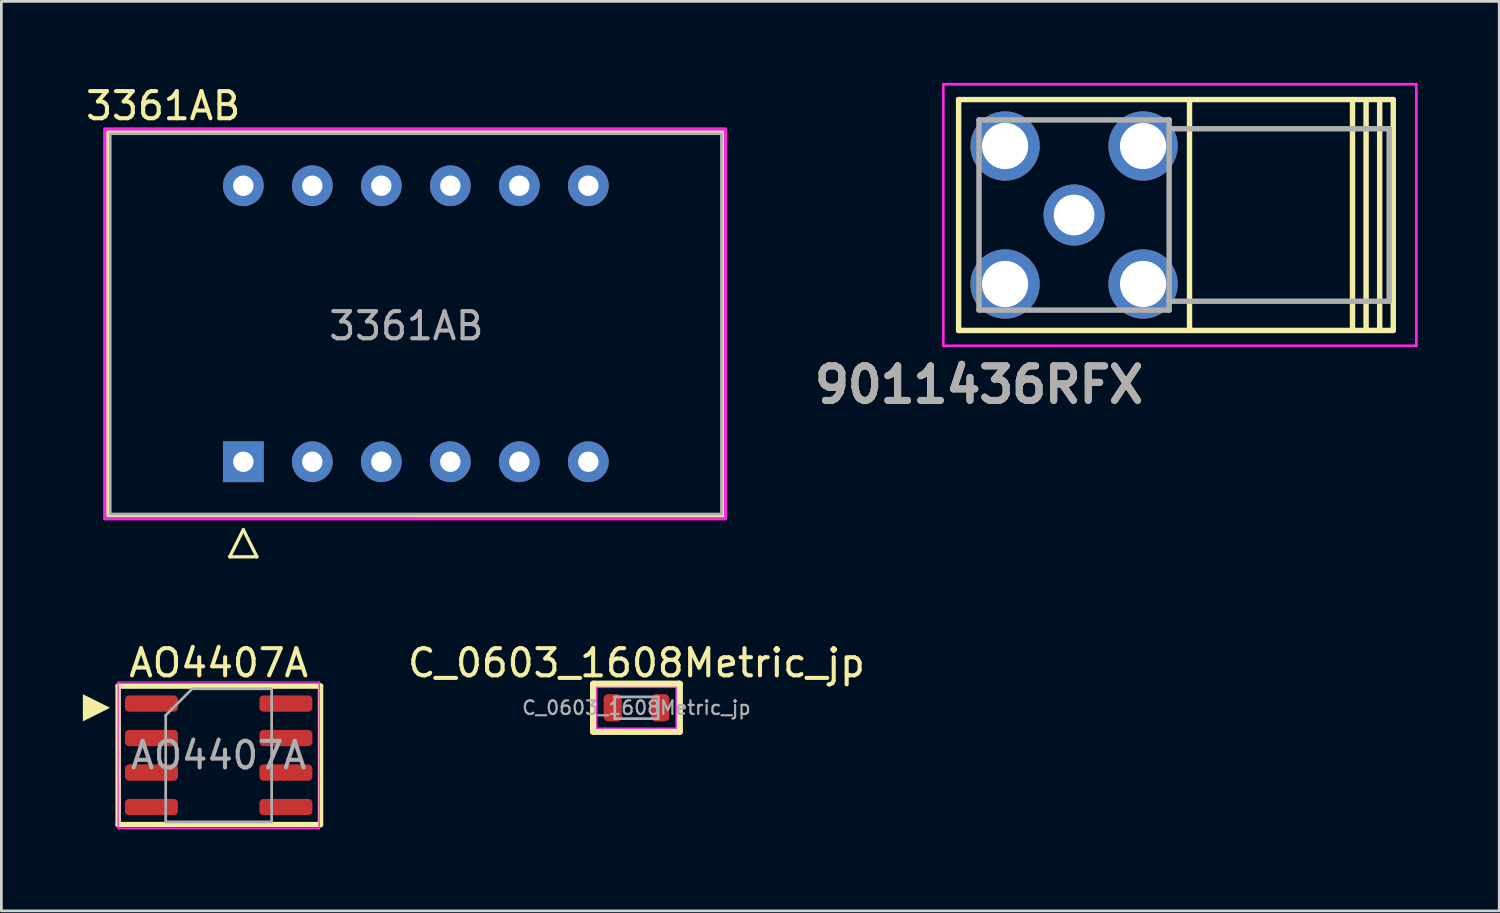
<source format=kicad_pcb>
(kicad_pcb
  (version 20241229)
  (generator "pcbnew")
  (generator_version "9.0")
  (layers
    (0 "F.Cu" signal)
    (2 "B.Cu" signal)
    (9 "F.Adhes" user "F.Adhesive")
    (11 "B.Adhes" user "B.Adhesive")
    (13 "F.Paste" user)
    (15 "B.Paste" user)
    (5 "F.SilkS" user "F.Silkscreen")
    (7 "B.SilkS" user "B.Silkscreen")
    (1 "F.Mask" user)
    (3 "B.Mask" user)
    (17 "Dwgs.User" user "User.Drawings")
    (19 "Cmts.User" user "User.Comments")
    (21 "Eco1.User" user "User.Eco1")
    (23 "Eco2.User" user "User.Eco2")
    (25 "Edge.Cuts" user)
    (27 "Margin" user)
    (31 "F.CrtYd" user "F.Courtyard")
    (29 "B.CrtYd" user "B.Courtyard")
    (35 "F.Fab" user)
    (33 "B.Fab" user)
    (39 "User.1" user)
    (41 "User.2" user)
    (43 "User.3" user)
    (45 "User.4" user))
  (footprint "C_0603_1608Metric_jp"
    (layer "F.Cu")
    (at 20.38 23.006)
    (property "Reference" "C_0603_1608Metric_jp" (at 0 -1.65 0) (layer "F.SilkS") (effects (font (size 1 1) (thickness 0.15))))
    (attr smd)
    (fp_line (start -1.585 -0.875) (end -1.585 0.875) (stroke (width 0.25) (type solid)) (layer "F.SilkS"))
    (fp_line (start -1.585 0.875) (end 1.585 0.875) (stroke (width 0.25) (type solid)) (layer "F.SilkS"))
    (fp_line (start 1.585 -0.875) (end -1.585 -0.875) (stroke (width 0.25) (type solid)) (layer "F.SilkS"))
    (fp_line (start 1.585 -0.875) (end 1.585 0.875) (stroke (width 0.25) (type solid)) (layer "F.SilkS"))
    (fp_line (start -1.46 -0.75) (end 1.46 -0.75) (stroke (width 0.05) (type solid)) (layer "F.CrtYd"))
    (fp_line (start -1.46 0.75) (end -1.46 -0.75) (stroke (width 0.05) (type solid)) (layer "F.CrtYd"))
    (fp_line (start 1.46 -0.75) (end 1.46 0.75) (stroke (width 0.05) (type solid)) (layer "F.CrtYd"))
    (fp_line (start 1.46 0.75) (end -1.46 0.75) (stroke (width 0.05) (type solid)) (layer "F.CrtYd"))
    (fp_line (start -0.8 -0.4) (end 0.8 -0.4) (stroke (width 0.1) (type solid)) (layer "F.Fab"))
    (fp_line (start -0.8 0.4) (end -0.8 -0.4) (stroke (width 0.1) (type solid)) (layer "F.Fab"))
    (fp_line (start 0.8 -0.4) (end 0.8 0.4) (stroke (width 0.1) (type solid)) (layer "F.Fab"))
    (fp_line (start 0.8 0.4) (end -0.8 0.4) (stroke (width 0.1) (type solid)) (layer "F.Fab"))
    (fp_text user "${REFERENCE}" (at 0 0 0) (layer "F.Fab") (effects (font (size 0.5 0.5) (thickness 0.08))))
    (pad "1" smd roundrect (at -0.875 0) (size 0.67 1) (layers "F.Cu" "F.Mask" "F.Paste") (roundrect_rratio 0.25))
    (pad "2" smd roundrect (at 0.875 0) (size 0.67 1) (layers "F.Cu" "F.Mask" "F.Paste") (roundrect_rratio 0.25)))
  (footprint "9011436RFX"
    (layer "F.Cu")
    (at 36.49 4.865)
    (property "Reference" "9011436RFX" (at -3.5 6.25 0) (layer "F.SilkS") (effects (font (size 1.27 1.27) (thickness 0.254))))
    (attr through_hole)
    (fp_line (start -4.25 -4.25) (end 11.75 -4.25) (stroke (width 0.2) (type solid)) (layer "F.SilkS"))
    (fp_line (start -4.25 4.25) (end -4.25 -4.25) (stroke (width 0.2) (type solid)) (layer "F.SilkS"))
    (fp_line (start -3.5 -1) (end -3.5 1) (stroke (width 0.1) (type solid)) (layer "F.SilkS"))
    (fp_line (start -1 -3.5) (end 1 -3.5) (stroke (width 0.1) (type solid)) (layer "F.SilkS"))
    (fp_line (start -1 3.5) (end 1 3.5) (stroke (width 0.1) (type solid)) (layer "F.SilkS"))
    (fp_line (start 3.5 -1) (end 3.5 1) (stroke (width 0.1) (type solid)) (layer "F.SilkS"))
    (fp_line (start 4.25 -4.25) (end 4.25 4.25) (stroke (width 0.2) (type solid)) (layer "F.SilkS"))
    (fp_line (start 10.25 -4.25) (end 10.25 4.25) (stroke (width 0.2) (type solid)) (layer "F.SilkS"))
    (fp_line (start 10.75 -4.25) (end 10.75 4.25) (stroke (width 0.2) (type solid)) (layer "F.SilkS"))
    (fp_line (start 11.25 -4.25) (end 11.25 4.25) (stroke (width 0.2) (type solid)) (layer "F.SilkS"))
    (fp_line (start 11.75 -4.25) (end 11.75 4.25) (stroke (width 0.2) (type solid)) (layer "F.SilkS"))
    (fp_line (start 11.75 4.25) (end -4.25 4.25) (stroke (width 0.2) (type solid)) (layer "F.SilkS"))
    (fp_line (start -4.815 -4.815) (end 12.6 -4.815) (stroke (width 0.1) (type solid)) (layer "F.CrtYd"))
    (fp_line (start -4.815 4.815) (end -4.815 -4.815) (stroke (width 0.1) (type solid)) (layer "F.CrtYd"))
    (fp_line (start 12.6 -4.815) (end 12.6 4.815) (stroke (width 0.1) (type solid)) (layer "F.CrtYd"))
    (fp_line (start 12.6 4.815) (end -4.815 4.815) (stroke (width 0.1) (type solid)) (layer "F.CrtYd"))
    (fp_line (start -3.5 -3.5) (end 3.5 -3.5) (stroke (width 0.2) (type solid)) (layer "F.Fab"))
    (fp_line (start -3.5 3.5) (end -3.5 -3.5) (stroke (width 0.2) (type solid)) (layer "F.Fab"))
    (fp_line (start 3.5 -3.5) (end 3.5 3.5) (stroke (width 0.2) (type solid)) (layer "F.Fab"))
    (fp_line (start 3.5 -3.175) (end 11.6 -3.175) (stroke (width 0.2) (type solid)) (layer "F.Fab"))
    (fp_line (start 3.5 3.5) (end -3.5 3.5) (stroke (width 0.2) (type solid)) (layer "F.Fab"))
    (fp_line (start 11.6 -3.175) (end 11.6 3.175) (stroke (width 0.2) (type solid)) (layer "F.Fab"))
    (fp_line (start 11.6 3.175) (end 3.5 3.175) (stroke (width 0.2) (type solid)) (layer "F.Fab"))
    (fp_text user "${REFERENCE}" (at -3.5 6.25 0) (layer "F.Fab") (effects (font (size 1.27 1.27) (thickness 0.254))))
    (pad "1" thru_hole circle (at 0 0) (size 2.25 2.25) (drill 1.5) (layers "*.Cu" "*.Mask"))
    (pad "2" thru_hole circle (at -2.54 -2.54) (size 2.55 2.55) (drill 1.7) (layers "*.Cu" "*.Mask"))
    (pad "3" thru_hole circle (at -2.54 2.54) (size 2.55 2.55) (drill 1.7) (layers "*.Cu" "*.Mask"))
    (pad "4" thru_hole circle (at 2.54 2.54) (size 2.55 2.55) (drill 1.7) (layers "*.Cu" "*.Mask"))
    (pad "5" thru_hole circle (at 2.54 -2.54) (size 2.55 2.55) (drill 1.7) (layers "*.Cu" "*.Mask")))
  (footprint "AO4407A"
    (layer "F.Cu")
    (at 5 24.756)
    (property "Reference" "AO4407A" (at 0 -3.4 0) (layer "F.SilkS") (effects (font (size 1 1) (thickness 0.15))))
    (attr smd)
    (fp_line (start -3.7 -2.55) (end -3.7 2.55) (stroke (width 0.2) (type solid)) (layer "F.SilkS"))
    (fp_line (start -3.7 -2.55) (end 3.75 -2.55) (stroke (width 0.2) (type solid)) (layer "F.SilkS"))
    (fp_line (start 3.75 -2.55) (end 3.75 2.55) (stroke (width 0.2) (type solid)) (layer "F.SilkS"))
    (fp_line (start 3.75 2.55) (end -3.7 2.55) (stroke (width 0.2) (type solid)) (layer "F.SilkS"))
    (fp_poly (pts (xy -4 -1.75) (xy -5 -1.25) (xy -5 -2.25)) (stroke (width 0) (type solid)) (fill yes) (layer "F.SilkS"))
    (fp_line (start -3.7 -2.7) (end -3.7 2.7) (stroke (width 0.05) (type solid)) (layer "F.CrtYd"))
    (fp_line (start -3.7 2.7) (end 3.7 2.7) (stroke (width 0.05) (type solid)) (layer "F.CrtYd"))
    (fp_line (start 3.7 -2.7) (end -3.7 -2.7) (stroke (width 0.05) (type solid)) (layer "F.CrtYd"))
    (fp_line (start 3.7 2.7) (end 3.7 -2.7) (stroke (width 0.05) (type solid)) (layer "F.CrtYd"))
    (fp_line (start -1.95 -1.475) (end -0.975 -2.45) (stroke (width 0.1) (type solid)) (layer "F.Fab"))
    (fp_line (start -1.95 2.45) (end -1.95 -1.475) (stroke (width 0.1) (type solid)) (layer "F.Fab"))
    (fp_line (start -0.975 -2.45) (end 1.95 -2.45) (stroke (width 0.1) (type solid)) (layer "F.Fab"))
    (fp_line (start 1.95 -2.45) (end 1.95 2.45) (stroke (width 0.1) (type solid)) (layer "F.Fab"))
    (fp_line (start 1.95 2.45) (end -1.95 2.45) (stroke (width 0.1) (type solid)) (layer "F.Fab"))
    (fp_text user "${REFERENCE}" (at 0 0 0) (layer "F.Fab") (effects (font (size 0.98 0.98) (thickness 0.15))))
    (pad "D" smd roundrect (at 2.475 -1.905) (size 1.95 0.6) (layers "F.Cu" "F.Mask" "F.Paste") (roundrect_rratio 0.25))
    (pad "D" smd roundrect (at 2.475 -0.635) (size 1.95 0.6) (layers "F.Cu" "F.Mask" "F.Paste") (roundrect_rratio 0.25))
    (pad "D" smd roundrect (at 2.475 0.635) (size 1.95 0.6) (layers "F.Cu" "F.Mask" "F.Paste") (roundrect_rratio 0.25))
    (pad "D" smd roundrect (at 2.475 1.905) (size 1.95 0.6) (layers "F.Cu" "F.Mask" "F.Paste") (roundrect_rratio 0.25))
    (pad "G" smd roundrect (at -2.475 1.905) (size 1.95 0.6) (layers "F.Cu" "F.Mask" "F.Paste") (roundrect_rratio 0.25))
    (pad "S" smd roundrect (at -2.475 -1.905) (size 1.95 0.6) (layers "F.Cu" "F.Mask" "F.Paste") (roundrect_rratio 0.25))
    (pad "S" smd roundrect (at -2.475 -0.635) (size 1.95 0.6) (layers "F.Cu" "F.Mask" "F.Paste") (roundrect_rratio 0.25))
    (pad "S" smd roundrect (at -2.475 0.635) (size 1.95 0.6) (layers "F.Cu" "F.Mask" "F.Paste") (roundrect_rratio 0.25)))
  (footprint "3361AB"
    (layer "F.Cu")
    (at 5.908 13.948)
    (property "Reference" "3361AB" (at -2.95 -13.1 0) (layer "F.SilkS") (effects (font (size 1 1) (thickness 0.15))))
    (attr through_hole)
    (fp_line (start -0.5 3.5) (end 0.5 3.5) (stroke (width 0.12) (type solid)) (layer "F.SilkS"))
    (fp_line (start 0 2.5) (end -0.5 3.5) (stroke (width 0.12) (type solid)) (layer "F.SilkS"))
    (fp_line (start 0.5 3.5) (end 0 2.5) (stroke (width 0.12) (type solid)) (layer "F.SilkS"))
    (fp_rect (start -5 -12.15) (end 17.675 2) (stroke (width 0.12) (type solid)) (fill no) (layer "F.SilkS"))
    (fp_rect (start -5.1 -12.25) (end 17.75 2.1) (stroke (width 0.12) (type solid)) (fill no) (layer "F.CrtYd"))
    (fp_line (start -4.9 2.075) (end 6.35 2.075) (stroke (width 0.1) (type solid)) (layer "F.Fab"))
    (fp_rect (start -4.9 -12.075) (end 17.6 1.925) (stroke (width 0.1) (type solid)) (fill no) (layer "F.Fab"))
    (fp_text user "${REFERENCE}" (at 6 -5 180) (layer "F.Fab") (effects (font (size 1 1) (thickness 0.15))))
    (pad "1" thru_hole rect (at 0 0 90) (size 1.5 1.5) (drill 0.75) (layers "*.Cu" "*.Mask"))
    (pad "2" thru_hole circle (at 2.54 0 90) (size 1.5 1.5) (drill 0.75) (layers "*.Cu" "*.Mask"))
    (pad "3" thru_hole circle (at 5.08 0 90) (size 1.5 1.5) (drill 0.75) (layers "*.Cu" "*.Mask"))
    (pad "4" thru_hole circle (at 7.62 0 90) (size 1.5 1.5) (drill 0.75) (layers "*.Cu" "*.Mask"))
    (pad "5" thru_hole circle (at 10.16 0 90) (size 1.5 1.5) (drill 0.75) (layers "*.Cu" "*.Mask"))
    (pad "6" thru_hole circle (at 12.7 0 90) (size 1.5 1.5) (drill 0.75) (layers "*.Cu" "*.Mask"))
    (pad "7" thru_hole circle (at 12.7 -10.16 90) (size 1.5 1.5) (drill 0.75) (layers "*.Cu" "*.Mask"))
    (pad "8" thru_hole circle (at 10.16 -10.16 90) (size 1.5 1.5) (drill 0.75) (layers "*.Cu" "*.Mask"))
    (pad "9" thru_hole circle (at 7.62 -10.16 90) (size 1.5 1.5) (drill 0.75) (layers "*.Cu" "*.Mask"))
    (pad "10" thru_hole circle (at 5.08 -10.16 90) (size 1.5 1.5) (drill 0.75) (layers "*.Cu" "*.Mask"))
    (pad "11" thru_hole circle (at 2.54 -10.16 90) (size 1.5 1.5) (drill 0.75) (layers "*.Cu" "*.Mask"))
    (pad "12" thru_hole circle (at 0 -10.16 90) (size 1.5 1.5) (drill 0.75) (layers "*.Cu" "*.Mask")))
  (gr_rect
    (start -3 -3)
    (end 52.14 30.482)
    (stroke (width 0.1) (type default))
    (fill no)
    (layer "Edge.Cuts")))
</source>
